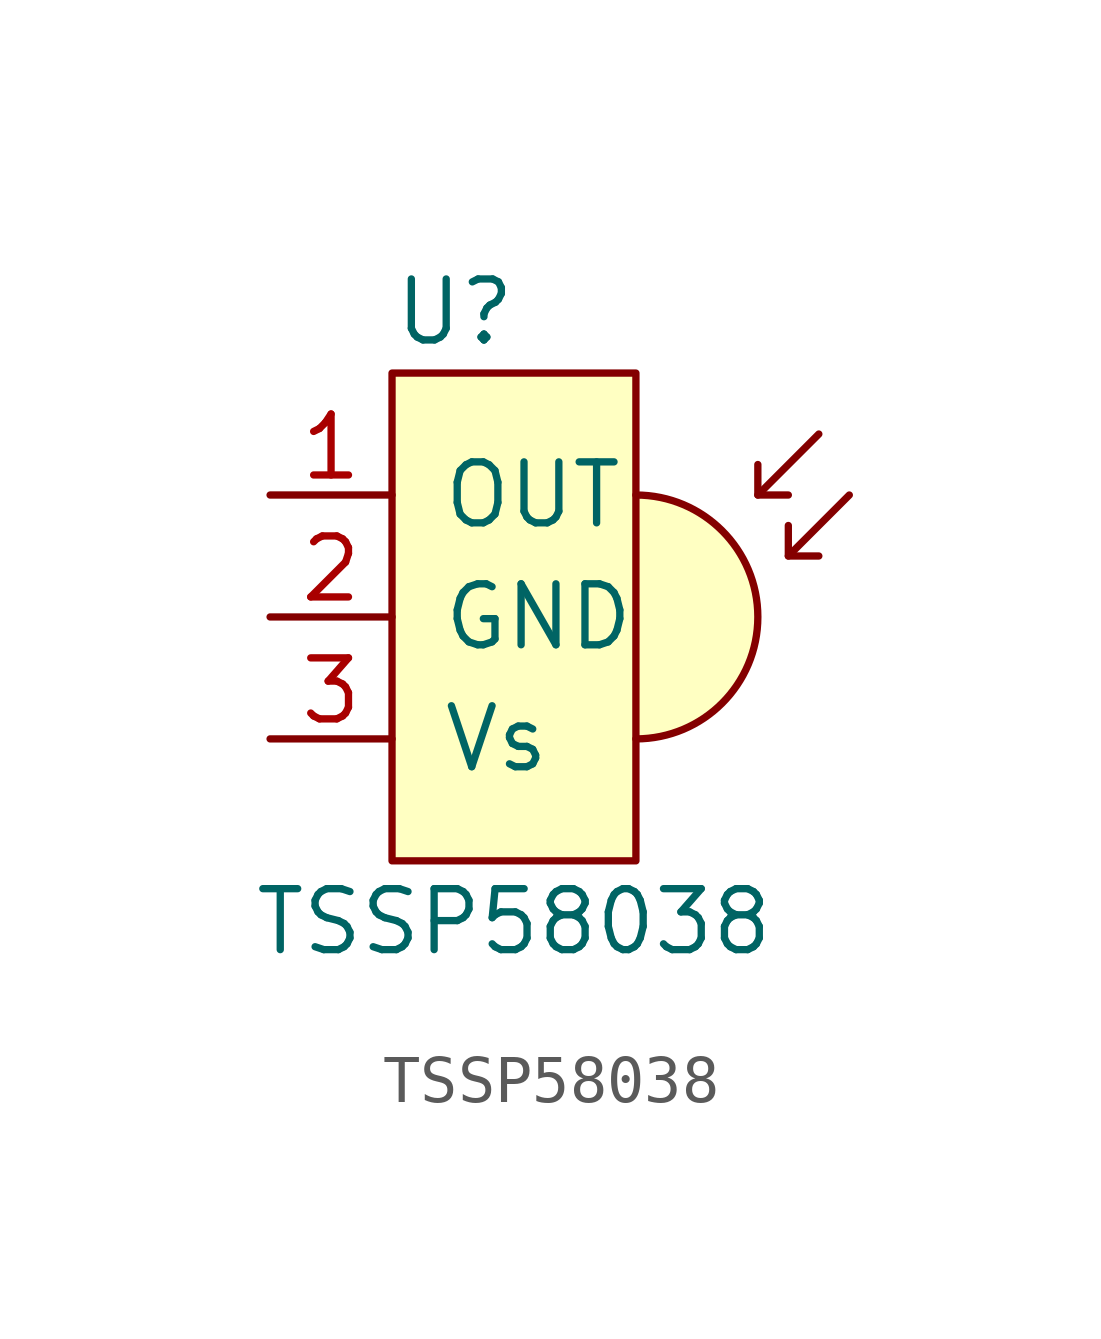
<source format=kicad_sym>
(kicad_symbol_lib
  (version 20231120)
  (generator "kicad_symbol_editor")
  (generator_version "8.0")
  (symbol "TSSP58038"
    (pin_names
      (offset 1.016))
    (property "Reference" "U"
      (at -2.54 6.35 0)
      (effects (font (size 1.27 1.27)) (justify left)))
    (property "Value" "TSSP58038"
      (at 0 -6.35 0)
      (effects (font (size 1.27 1.27))))
    (symbol "TSSP58038_0_1"
      (rectangle (start -2.54 5.08) (end 2.54 -5.08) (stroke (width 0) (type solid)) (fill (type background)))
      (polyline (pts (xy 5.08 2.54) (xy 6.35 3.81)) (stroke (width 0) (type solid)) (fill (type none)))
      (polyline (pts (xy 5.715 1.27) (xy 6.985 2.54)) (stroke (width 0) (type solid)) (fill (type none)))
      (polyline (pts (xy 5.08 3.175) (xy 5.08 2.54) (xy 5.715 2.54)) (stroke (width 0) (type solid)) (fill (type none)))
      (polyline (pts (xy 5.715 1.905) (xy 5.715 1.27) (xy 6.35 1.27)) (stroke (width 0) (type solid)) (fill (type none)))
      (arc (start 2.54 -2.54) (mid 5.08 0) (end 2.54 2.54) (stroke (width 0) (type solid)) (fill (type background))))
    (symbol "TSSP58038_1_1"
      (pin output line (at -5.08 2.54 0) (length 2.54) (name "OUT" (effects (font (size 1.27 1.27)))) (number "1" (effects (font (size 1.27 1.27)))))
      (pin power_in line (at -5.08 0 0) (length 2.54) (name "GND" (effects (font (size 1.27 1.27)))) (number "2" (effects (font (size 1.27 1.27)))))
      (pin power_in line (at -5.08 -2.54 0) (length 2.54) (name "Vs" (effects (font (size 1.27 1.27)))) (number "3" (effects (font (size 1.27 1.27))))))))
</source>
